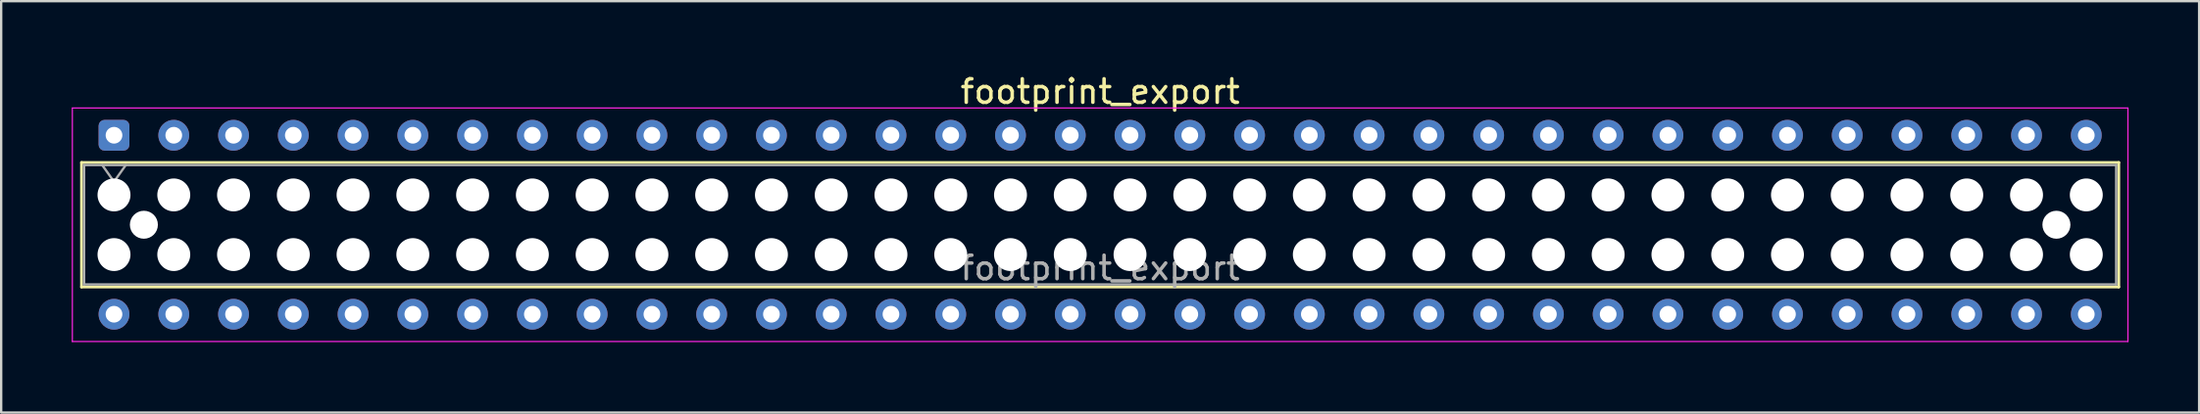
<source format=kicad_pcb>
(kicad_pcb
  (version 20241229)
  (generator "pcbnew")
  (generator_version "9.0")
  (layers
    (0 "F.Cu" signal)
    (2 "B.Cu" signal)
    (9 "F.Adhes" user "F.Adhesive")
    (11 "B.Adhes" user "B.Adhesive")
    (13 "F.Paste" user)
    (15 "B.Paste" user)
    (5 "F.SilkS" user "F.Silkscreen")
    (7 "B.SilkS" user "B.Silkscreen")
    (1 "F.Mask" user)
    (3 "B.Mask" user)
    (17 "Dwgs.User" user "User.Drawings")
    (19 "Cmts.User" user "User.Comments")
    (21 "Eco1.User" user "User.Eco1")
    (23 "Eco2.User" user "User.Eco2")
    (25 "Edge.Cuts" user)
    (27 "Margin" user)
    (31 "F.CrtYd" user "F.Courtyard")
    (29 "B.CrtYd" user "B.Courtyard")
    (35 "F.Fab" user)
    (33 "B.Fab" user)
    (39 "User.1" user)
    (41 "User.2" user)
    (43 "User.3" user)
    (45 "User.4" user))
  (footprint "footprint_export"
    (layer "F.Cu")
    (at 1.795 2.708)
    (property "Reference" "footprint_export" (at 41.91 -1.86 0) (layer "F.SilkS") (effects (font (size 1 1) (thickness 0.15))))
    (attr through_hole)
    (fp_line (start -1.38 1.16) (end 85.2 1.16) (stroke (width 0.12) (type solid)) (layer "F.SilkS"))
    (fp_line (start -1.38 6.46) (end -1.38 1.16) (stroke (width 0.12) (type solid)) (layer "F.SilkS"))
    (fp_line (start 85.2 1.16) (end 85.2 6.46) (stroke (width 0.12) (type solid)) (layer "F.SilkS"))
    (fp_line (start 85.2 6.46) (end -1.38 6.46) (stroke (width 0.12) (type solid)) (layer "F.SilkS"))
    (fp_line (start -1.77 -1.16) (end 85.59 -1.16) (stroke (width 0.05) (type solid)) (layer "F.CrtYd"))
    (fp_line (start -1.77 8.78) (end -1.77 -1.16) (stroke (width 0.05) (type solid)) (layer "F.CrtYd"))
    (fp_line (start 85.59 -1.16) (end 85.59 8.78) (stroke (width 0.05) (type solid)) (layer "F.CrtYd"))
    (fp_line (start 85.59 8.78) (end -1.77 8.78) (stroke (width 0.05) (type solid)) (layer "F.CrtYd"))
    (fp_line (start -1.27 1.27) (end 85.09 1.27) (stroke (width 0.1) (type solid)) (layer "F.Fab"))
    (fp_line (start -1.27 6.35) (end -1.27 1.27) (stroke (width 0.1) (type solid)) (layer "F.Fab"))
    (fp_line (start -0.5 1.27) (end 0 1.977) (stroke (width 0.1) (type solid)) (layer "F.Fab"))
    (fp_line (start 0 1.977) (end 0.5 1.27) (stroke (width 0.1) (type solid)) (layer "F.Fab"))
    (fp_line (start 85.09 1.27) (end 85.09 6.35) (stroke (width 0.1) (type solid)) (layer "F.Fab"))
    (fp_line (start 85.09 6.35) (end -1.27 6.35) (stroke (width 0.1) (type solid)) (layer "F.Fab"))
    (fp_text user "${REFERENCE}" (at 41.91 5.65 0) (layer "F.Fab") (effects (font (size 1 1) (thickness 0.15))))
    (pad "" np_thru_hole circle (at 0 2.54) (size 1.4 1.4) (drill 1.4) (layers "*.Cu" "*.Mask"))
    (pad "" np_thru_hole circle (at 0 5.08) (size 1.4 1.4) (drill 1.4) (layers "*.Cu" "*.Mask"))
    (pad "" np_thru_hole circle (at 1.27 3.81) (size 1.19 1.19) (drill 1.19) (layers "*.Cu" "*.Mask"))
    (pad "" np_thru_hole circle (at 2.54 2.54) (size 1.4 1.4) (drill 1.4) (layers "*.Cu" "*.Mask"))
    (pad "" np_thru_hole circle (at 2.54 5.08) (size 1.4 1.4) (drill 1.4) (layers "*.Cu" "*.Mask"))
    (pad "" np_thru_hole circle (at 5.08 2.54) (size 1.4 1.4) (drill 1.4) (layers "*.Cu" "*.Mask"))
    (pad "" np_thru_hole circle (at 5.08 5.08) (size 1.4 1.4) (drill 1.4) (layers "*.Cu" "*.Mask"))
    (pad "" np_thru_hole circle (at 7.62 2.54) (size 1.4 1.4) (drill 1.4) (layers "*.Cu" "*.Mask"))
    (pad "" np_thru_hole circle (at 7.62 5.08) (size 1.4 1.4) (drill 1.4) (layers "*.Cu" "*.Mask"))
    (pad "" np_thru_hole circle (at 10.16 2.54) (size 1.4 1.4) (drill 1.4) (layers "*.Cu" "*.Mask"))
    (pad "" np_thru_hole circle (at 10.16 5.08) (size 1.4 1.4) (drill 1.4) (layers "*.Cu" "*.Mask"))
    (pad "" np_thru_hole circle (at 12.7 2.54) (size 1.4 1.4) (drill 1.4) (layers "*.Cu" "*.Mask"))
    (pad "" np_thru_hole circle (at 12.7 5.08) (size 1.4 1.4) (drill 1.4) (layers "*.Cu" "*.Mask"))
    (pad "" np_thru_hole circle (at 15.24 2.54) (size 1.4 1.4) (drill 1.4) (layers "*.Cu" "*.Mask"))
    (pad "" np_thru_hole circle (at 15.24 5.08) (size 1.4 1.4) (drill 1.4) (layers "*.Cu" "*.Mask"))
    (pad "" np_thru_hole circle (at 17.78 2.54) (size 1.4 1.4) (drill 1.4) (layers "*.Cu" "*.Mask"))
    (pad "" np_thru_hole circle (at 17.78 5.08) (size 1.4 1.4) (drill 1.4) (layers "*.Cu" "*.Mask"))
    (pad "" np_thru_hole circle (at 20.32 2.54) (size 1.4 1.4) (drill 1.4) (layers "*.Cu" "*.Mask"))
    (pad "" np_thru_hole circle (at 20.32 5.08) (size 1.4 1.4) (drill 1.4) (layers "*.Cu" "*.Mask"))
    (pad "" np_thru_hole circle (at 22.86 2.54) (size 1.4 1.4) (drill 1.4) (layers "*.Cu" "*.Mask"))
    (pad "" np_thru_hole circle (at 22.86 5.08) (size 1.4 1.4) (drill 1.4) (layers "*.Cu" "*.Mask"))
    (pad "" np_thru_hole circle (at 25.4 2.54) (size 1.4 1.4) (drill 1.4) (layers "*.Cu" "*.Mask"))
    (pad "" np_thru_hole circle (at 25.4 5.08) (size 1.4 1.4) (drill 1.4) (layers "*.Cu" "*.Mask"))
    (pad "" np_thru_hole circle (at 27.94 2.54) (size 1.4 1.4) (drill 1.4) (layers "*.Cu" "*.Mask"))
    (pad "" np_thru_hole circle (at 27.94 5.08) (size 1.4 1.4) (drill 1.4) (layers "*.Cu" "*.Mask"))
    (pad "" np_thru_hole circle (at 30.48 2.54) (size 1.4 1.4) (drill 1.4) (layers "*.Cu" "*.Mask"))
    (pad "" np_thru_hole circle (at 30.48 5.08) (size 1.4 1.4) (drill 1.4) (layers "*.Cu" "*.Mask"))
    (pad "" np_thru_hole circle (at 33.02 2.54) (size 1.4 1.4) (drill 1.4) (layers "*.Cu" "*.Mask"))
    (pad "" np_thru_hole circle (at 33.02 5.08) (size 1.4 1.4) (drill 1.4) (layers "*.Cu" "*.Mask"))
    (pad "" np_thru_hole circle (at 35.56 2.54) (size 1.4 1.4) (drill 1.4) (layers "*.Cu" "*.Mask"))
    (pad "" np_thru_hole circle (at 35.56 5.08) (size 1.4 1.4) (drill 1.4) (layers "*.Cu" "*.Mask"))
    (pad "" np_thru_hole circle (at 38.1 2.54) (size 1.4 1.4) (drill 1.4) (layers "*.Cu" "*.Mask"))
    (pad "" np_thru_hole circle (at 38.1 5.08) (size 1.4 1.4) (drill 1.4) (layers "*.Cu" "*.Mask"))
    (pad "" np_thru_hole circle (at 40.64 2.54) (size 1.4 1.4) (drill 1.4) (layers "*.Cu" "*.Mask"))
    (pad "" np_thru_hole circle (at 40.64 5.08) (size 1.4 1.4) (drill 1.4) (layers "*.Cu" "*.Mask"))
    (pad "" np_thru_hole circle (at 43.18 2.54) (size 1.4 1.4) (drill 1.4) (layers "*.Cu" "*.Mask"))
    (pad "" np_thru_hole circle (at 43.18 5.08) (size 1.4 1.4) (drill 1.4) (layers "*.Cu" "*.Mask"))
    (pad "" np_thru_hole circle (at 45.72 2.54) (size 1.4 1.4) (drill 1.4) (layers "*.Cu" "*.Mask"))
    (pad "" np_thru_hole circle (at 45.72 5.08) (size 1.4 1.4) (drill 1.4) (layers "*.Cu" "*.Mask"))
    (pad "" np_thru_hole circle (at 48.26 2.54) (size 1.4 1.4) (drill 1.4) (layers "*.Cu" "*.Mask"))
    (pad "" np_thru_hole circle (at 48.26 5.08) (size 1.4 1.4) (drill 1.4) (layers "*.Cu" "*.Mask"))
    (pad "" np_thru_hole circle (at 50.8 2.54) (size 1.4 1.4) (drill 1.4) (layers "*.Cu" "*.Mask"))
    (pad "" np_thru_hole circle (at 50.8 5.08) (size 1.4 1.4) (drill 1.4) (layers "*.Cu" "*.Mask"))
    (pad "" np_thru_hole circle (at 53.34 2.54) (size 1.4 1.4) (drill 1.4) (layers "*.Cu" "*.Mask"))
    (pad "" np_thru_hole circle (at 53.34 5.08) (size 1.4 1.4) (drill 1.4) (layers "*.Cu" "*.Mask"))
    (pad "" np_thru_hole circle (at 55.88 2.54) (size 1.4 1.4) (drill 1.4) (layers "*.Cu" "*.Mask"))
    (pad "" np_thru_hole circle (at 55.88 5.08) (size 1.4 1.4) (drill 1.4) (layers "*.Cu" "*.Mask"))
    (pad "" np_thru_hole circle (at 58.42 2.54) (size 1.4 1.4) (drill 1.4) (layers "*.Cu" "*.Mask"))
    (pad "" np_thru_hole circle (at 58.42 5.08) (size 1.4 1.4) (drill 1.4) (layers "*.Cu" "*.Mask"))
    (pad "" np_thru_hole circle (at 60.96 2.54) (size 1.4 1.4) (drill 1.4) (layers "*.Cu" "*.Mask"))
    (pad "" np_thru_hole circle (at 60.96 5.08) (size 1.4 1.4) (drill 1.4) (layers "*.Cu" "*.Mask"))
    (pad "" np_thru_hole circle (at 63.5 2.54) (size 1.4 1.4) (drill 1.4) (layers "*.Cu" "*.Mask"))
    (pad "" np_thru_hole circle (at 63.5 5.08) (size 1.4 1.4) (drill 1.4) (layers "*.Cu" "*.Mask"))
    (pad "" np_thru_hole circle (at 66.04 2.54) (size 1.4 1.4) (drill 1.4) (layers "*.Cu" "*.Mask"))
    (pad "" np_thru_hole circle (at 66.04 5.08) (size 1.4 1.4) (drill 1.4) (layers "*.Cu" "*.Mask"))
    (pad "" np_thru_hole circle (at 68.58 2.54) (size 1.4 1.4) (drill 1.4) (layers "*.Cu" "*.Mask"))
    (pad "" np_thru_hole circle (at 68.58 5.08) (size 1.4 1.4) (drill 1.4) (layers "*.Cu" "*.Mask"))
    (pad "" np_thru_hole circle (at 71.12 2.54) (size 1.4 1.4) (drill 1.4) (layers "*.Cu" "*.Mask"))
    (pad "" np_thru_hole circle (at 71.12 5.08) (size 1.4 1.4) (drill 1.4) (layers "*.Cu" "*.Mask"))
    (pad "" np_thru_hole circle (at 73.66 2.54) (size 1.4 1.4) (drill 1.4) (layers "*.Cu" "*.Mask"))
    (pad "" np_thru_hole circle (at 73.66 5.08) (size 1.4 1.4) (drill 1.4) (layers "*.Cu" "*.Mask"))
    (pad "" np_thru_hole circle (at 76.2 2.54) (size 1.4 1.4) (drill 1.4) (layers "*.Cu" "*.Mask"))
    (pad "" np_thru_hole circle (at 76.2 5.08) (size 1.4 1.4) (drill 1.4) (layers "*.Cu" "*.Mask"))
    (pad "" np_thru_hole circle (at 78.74 2.54) (size 1.4 1.4) (drill 1.4) (layers "*.Cu" "*.Mask"))
    (pad "" np_thru_hole circle (at 78.74 5.08) (size 1.4 1.4) (drill 1.4) (layers "*.Cu" "*.Mask"))
    (pad "" np_thru_hole circle (at 81.28 2.54) (size 1.4 1.4) (drill 1.4) (layers "*.Cu" "*.Mask"))
    (pad "" np_thru_hole circle (at 81.28 5.08) (size 1.4 1.4) (drill 1.4) (layers "*.Cu" "*.Mask"))
    (pad "" np_thru_hole circle (at 82.55 3.81) (size 1.19 1.19) (drill 1.19) (layers "*.Cu" "*.Mask"))
    (pad "" np_thru_hole circle (at 83.82 2.54) (size 1.4 1.4) (drill 1.4) (layers "*.Cu" "*.Mask"))
    (pad "" np_thru_hole circle (at 83.82 5.08) (size 1.4 1.4) (drill 1.4) (layers "*.Cu" "*.Mask"))
    (pad "1" thru_hole roundrect (at 0 0) (size 1.31 1.31) (drill 0.71) (layers "*.Cu" "*.Mask") (roundrect_rratio 0.191))
    (pad "2" thru_hole circle (at 0 7.62) (size 1.31 1.31) (drill 0.71) (layers "*.Cu" "*.Mask"))
    (pad "3" thru_hole circle (at 2.54 0) (size 1.31 1.31) (drill 0.71) (layers "*.Cu" "*.Mask"))
    (pad "4" thru_hole circle (at 2.54 7.62) (size 1.31 1.31) (drill 0.71) (layers "*.Cu" "*.Mask"))
    (pad "5" thru_hole circle (at 5.08 0) (size 1.31 1.31) (drill 0.71) (layers "*.Cu" "*.Mask"))
    (pad "6" thru_hole circle (at 5.08 7.62) (size 1.31 1.31) (drill 0.71) (layers "*.Cu" "*.Mask"))
    (pad "7" thru_hole circle (at 7.62 0) (size 1.31 1.31) (drill 0.71) (layers "*.Cu" "*.Mask"))
    (pad "8" thru_hole circle (at 7.62 7.62) (size 1.31 1.31) (drill 0.71) (layers "*.Cu" "*.Mask"))
    (pad "9" thru_hole circle (at 10.16 0) (size 1.31 1.31) (drill 0.71) (layers "*.Cu" "*.Mask"))
    (pad "10" thru_hole circle (at 10.16 7.62) (size 1.31 1.31) (drill 0.71) (layers "*.Cu" "*.Mask"))
    (pad "11" thru_hole circle (at 12.7 0) (size 1.31 1.31) (drill 0.71) (layers "*.Cu" "*.Mask"))
    (pad "12" thru_hole circle (at 12.7 7.62) (size 1.31 1.31) (drill 0.71) (layers "*.Cu" "*.Mask"))
    (pad "13" thru_hole circle (at 15.24 0) (size 1.31 1.31) (drill 0.71) (layers "*.Cu" "*.Mask"))
    (pad "14" thru_hole circle (at 15.24 7.62) (size 1.31 1.31) (drill 0.71) (layers "*.Cu" "*.Mask"))
    (pad "15" thru_hole circle (at 17.78 0) (size 1.31 1.31) (drill 0.71) (layers "*.Cu" "*.Mask"))
    (pad "16" thru_hole circle (at 17.78 7.62) (size 1.31 1.31) (drill 0.71) (layers "*.Cu" "*.Mask"))
    (pad "17" thru_hole circle (at 20.32 0) (size 1.31 1.31) (drill 0.71) (layers "*.Cu" "*.Mask"))
    (pad "18" thru_hole circle (at 20.32 7.62) (size 1.31 1.31) (drill 0.71) (layers "*.Cu" "*.Mask"))
    (pad "19" thru_hole circle (at 22.86 0) (size 1.31 1.31) (drill 0.71) (layers "*.Cu" "*.Mask"))
    (pad "20" thru_hole circle (at 22.86 7.62) (size 1.31 1.31) (drill 0.71) (layers "*.Cu" "*.Mask"))
    (pad "21" thru_hole circle (at 25.4 0) (size 1.31 1.31) (drill 0.71) (layers "*.Cu" "*.Mask"))
    (pad "22" thru_hole circle (at 25.4 7.62) (size 1.31 1.31) (drill 0.71) (layers "*.Cu" "*.Mask"))
    (pad "23" thru_hole circle (at 27.94 0) (size 1.31 1.31) (drill 0.71) (layers "*.Cu" "*.Mask"))
    (pad "24" thru_hole circle (at 27.94 7.62) (size 1.31 1.31) (drill 0.71) (layers "*.Cu" "*.Mask"))
    (pad "25" thru_hole circle (at 30.48 0) (size 1.31 1.31) (drill 0.71) (layers "*.Cu" "*.Mask"))
    (pad "26" thru_hole circle (at 30.48 7.62) (size 1.31 1.31) (drill 0.71) (layers "*.Cu" "*.Mask"))
    (pad "27" thru_hole circle (at 33.02 0) (size 1.31 1.31) (drill 0.71) (layers "*.Cu" "*.Mask"))
    (pad "28" thru_hole circle (at 33.02 7.62) (size 1.31 1.31) (drill 0.71) (layers "*.Cu" "*.Mask"))
    (pad "29" thru_hole circle (at 35.56 0) (size 1.31 1.31) (drill 0.71) (layers "*.Cu" "*.Mask"))
    (pad "30" thru_hole circle (at 35.56 7.62) (size 1.31 1.31) (drill 0.71) (layers "*.Cu" "*.Mask"))
    (pad "31" thru_hole circle (at 38.1 0) (size 1.31 1.31) (drill 0.71) (layers "*.Cu" "*.Mask"))
    (pad "32" thru_hole circle (at 38.1 7.62) (size 1.31 1.31) (drill 0.71) (layers "*.Cu" "*.Mask"))
    (pad "33" thru_hole circle (at 40.64 0) (size 1.31 1.31) (drill 0.71) (layers "*.Cu" "*.Mask"))
    (pad "34" thru_hole circle (at 40.64 7.62) (size 1.31 1.31) (drill 0.71) (layers "*.Cu" "*.Mask"))
    (pad "35" thru_hole circle (at 43.18 0) (size 1.31 1.31) (drill 0.71) (layers "*.Cu" "*.Mask"))
    (pad "36" thru_hole circle (at 43.18 7.62) (size 1.31 1.31) (drill 0.71) (layers "*.Cu" "*.Mask"))
    (pad "37" thru_hole circle (at 45.72 0) (size 1.31 1.31) (drill 0.71) (layers "*.Cu" "*.Mask"))
    (pad "38" thru_hole circle (at 45.72 7.62) (size 1.31 1.31) (drill 0.71) (layers "*.Cu" "*.Mask"))
    (pad "39" thru_hole circle (at 48.26 0) (size 1.31 1.31) (drill 0.71) (layers "*.Cu" "*.Mask"))
    (pad "40" thru_hole circle (at 48.26 7.62) (size 1.31 1.31) (drill 0.71) (layers "*.Cu" "*.Mask"))
    (pad "41" thru_hole circle (at 50.8 0) (size 1.31 1.31) (drill 0.71) (layers "*.Cu" "*.Mask"))
    (pad "42" thru_hole circle (at 50.8 7.62) (size 1.31 1.31) (drill 0.71) (layers "*.Cu" "*.Mask"))
    (pad "43" thru_hole circle (at 53.34 0) (size 1.31 1.31) (drill 0.71) (layers "*.Cu" "*.Mask"))
    (pad "44" thru_hole circle (at 53.34 7.62) (size 1.31 1.31) (drill 0.71) (layers "*.Cu" "*.Mask"))
    (pad "45" thru_hole circle (at 55.88 0) (size 1.31 1.31) (drill 0.71) (layers "*.Cu" "*.Mask"))
    (pad "46" thru_hole circle (at 55.88 7.62) (size 1.31 1.31) (drill 0.71) (layers "*.Cu" "*.Mask"))
    (pad "47" thru_hole circle (at 58.42 0) (size 1.31 1.31) (drill 0.71) (layers "*.Cu" "*.Mask"))
    (pad "48" thru_hole circle (at 58.42 7.62) (size 1.31 1.31) (drill 0.71) (layers "*.Cu" "*.Mask"))
    (pad "49" thru_hole circle (at 60.96 0) (size 1.31 1.31) (drill 0.71) (layers "*.Cu" "*.Mask"))
    (pad "50" thru_hole circle (at 60.96 7.62) (size 1.31 1.31) (drill 0.71) (layers "*.Cu" "*.Mask"))
    (pad "51" thru_hole circle (at 63.5 0) (size 1.31 1.31) (drill 0.71) (layers "*.Cu" "*.Mask"))
    (pad "52" thru_hole circle (at 63.5 7.62) (size 1.31 1.31) (drill 0.71) (layers "*.Cu" "*.Mask"))
    (pad "53" thru_hole circle (at 66.04 0) (size 1.31 1.31) (drill 0.71) (layers "*.Cu" "*.Mask"))
    (pad "54" thru_hole circle (at 66.04 7.62) (size 1.31 1.31) (drill 0.71) (layers "*.Cu" "*.Mask"))
    (pad "55" thru_hole circle (at 68.58 0) (size 1.31 1.31) (drill 0.71) (layers "*.Cu" "*.Mask"))
    (pad "56" thru_hole circle (at 68.58 7.62) (size 1.31 1.31) (drill 0.71) (layers "*.Cu" "*.Mask"))
    (pad "57" thru_hole circle (at 71.12 0) (size 1.31 1.31) (drill 0.71) (layers "*.Cu" "*.Mask"))
    (pad "58" thru_hole circle (at 71.12 7.62) (size 1.31 1.31) (drill 0.71) (layers "*.Cu" "*.Mask"))
    (pad "59" thru_hole circle (at 73.66 0) (size 1.31 1.31) (drill 0.71) (layers "*.Cu" "*.Mask"))
    (pad "60" thru_hole circle (at 73.66 7.62) (size 1.31 1.31) (drill 0.71) (layers "*.Cu" "*.Mask"))
    (pad "61" thru_hole circle (at 76.2 0) (size 1.31 1.31) (drill 0.71) (layers "*.Cu" "*.Mask"))
    (pad "62" thru_hole circle (at 76.2 7.62) (size 1.31 1.31) (drill 0.71) (layers "*.Cu" "*.Mask"))
    (pad "63" thru_hole circle (at 78.74 0) (size 1.31 1.31) (drill 0.71) (layers "*.Cu" "*.Mask"))
    (pad "64" thru_hole circle (at 78.74 7.62) (size 1.31 1.31) (drill 0.71) (layers "*.Cu" "*.Mask"))
    (pad "65" thru_hole circle (at 81.28 0) (size 1.31 1.31) (drill 0.71) (layers "*.Cu" "*.Mask"))
    (pad "66" thru_hole circle (at 81.28 7.62) (size 1.31 1.31) (drill 0.71) (layers "*.Cu" "*.Mask"))
    (pad "67" thru_hole circle (at 83.82 0) (size 1.31 1.31) (drill 0.71) (layers "*.Cu" "*.Mask"))
    (pad "68" thru_hole circle (at 83.82 7.62) (size 1.31 1.31) (drill 0.71) (layers "*.Cu" "*.Mask")))
  (gr_rect
    (start -3 -3)
    (end 90.41 14.513)
    (stroke (width 0.1) (type default))
    (fill no)
    (layer "Edge.Cuts")))
</source>
